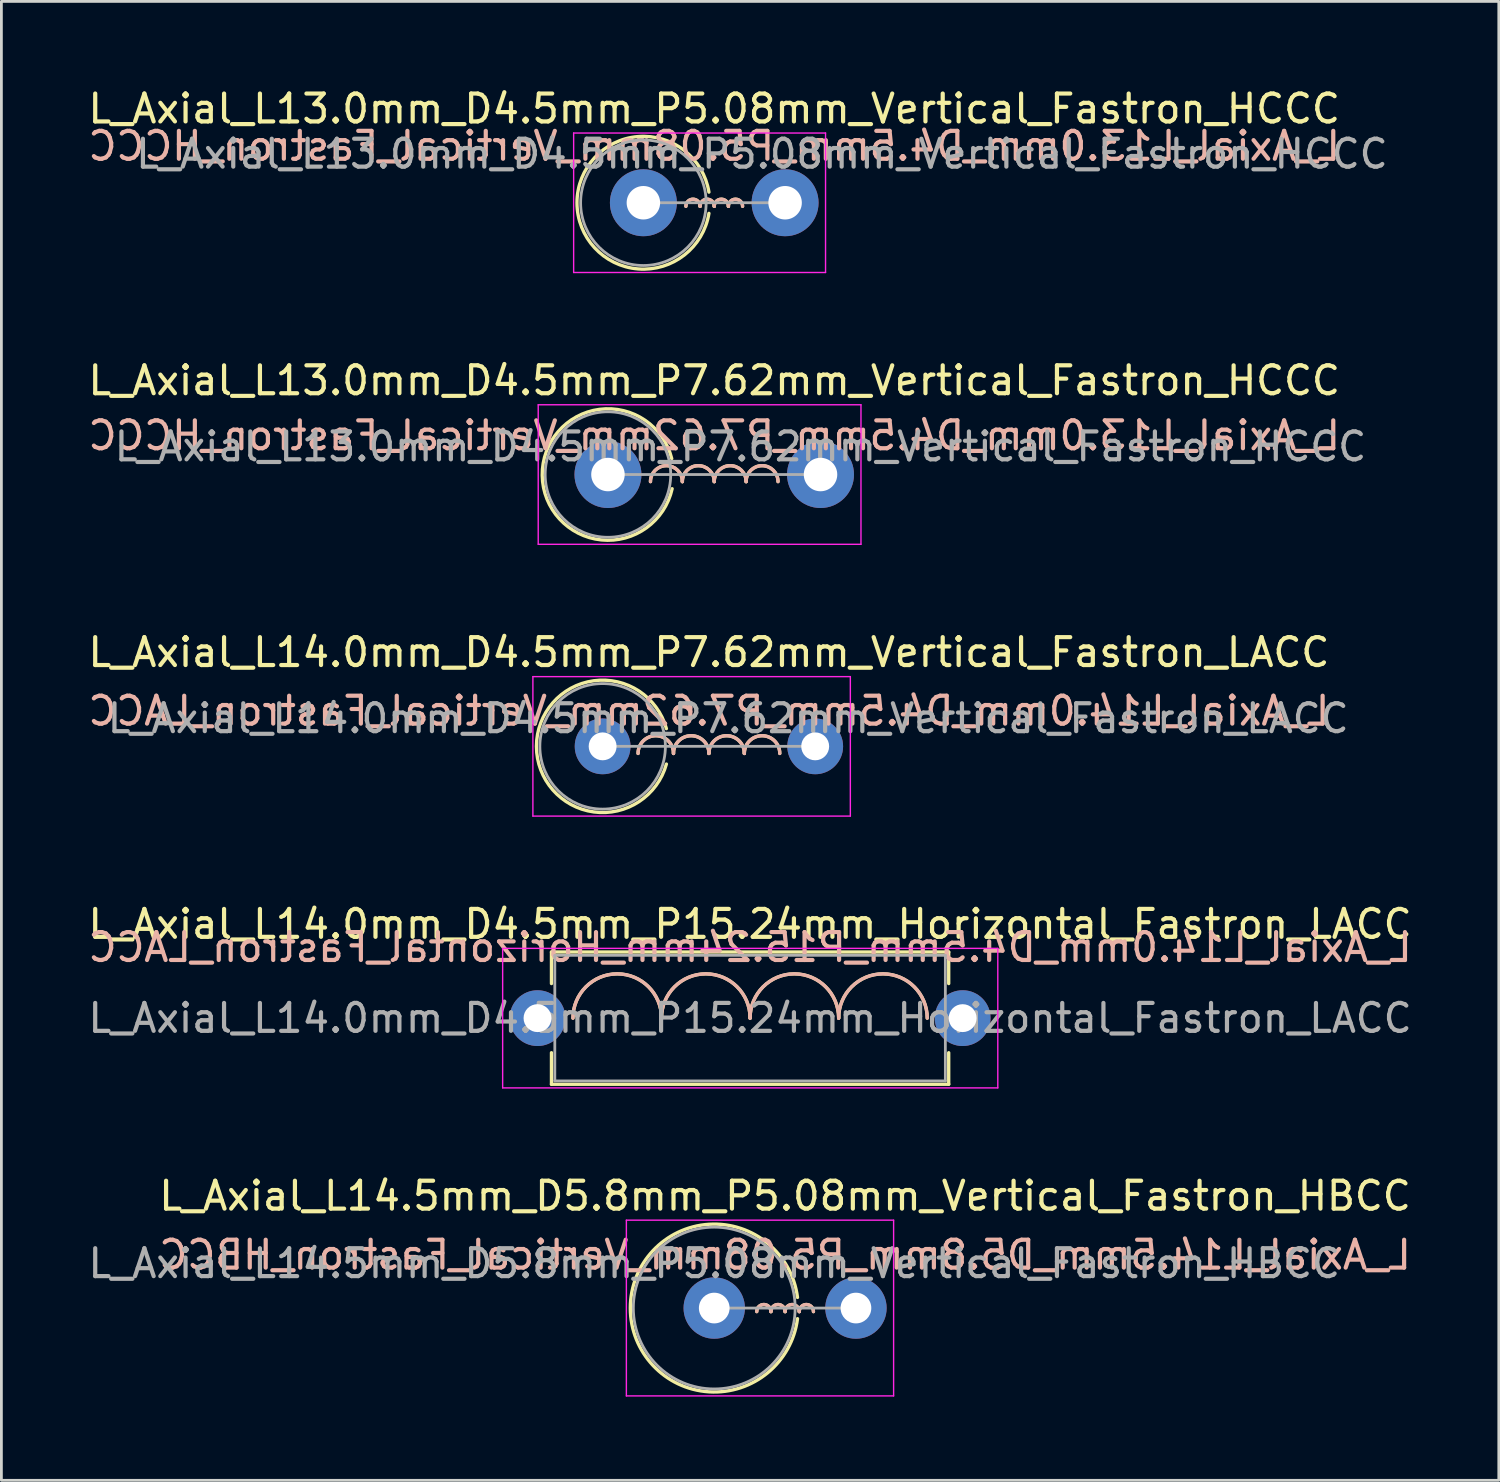
<source format=kicad_pcb>
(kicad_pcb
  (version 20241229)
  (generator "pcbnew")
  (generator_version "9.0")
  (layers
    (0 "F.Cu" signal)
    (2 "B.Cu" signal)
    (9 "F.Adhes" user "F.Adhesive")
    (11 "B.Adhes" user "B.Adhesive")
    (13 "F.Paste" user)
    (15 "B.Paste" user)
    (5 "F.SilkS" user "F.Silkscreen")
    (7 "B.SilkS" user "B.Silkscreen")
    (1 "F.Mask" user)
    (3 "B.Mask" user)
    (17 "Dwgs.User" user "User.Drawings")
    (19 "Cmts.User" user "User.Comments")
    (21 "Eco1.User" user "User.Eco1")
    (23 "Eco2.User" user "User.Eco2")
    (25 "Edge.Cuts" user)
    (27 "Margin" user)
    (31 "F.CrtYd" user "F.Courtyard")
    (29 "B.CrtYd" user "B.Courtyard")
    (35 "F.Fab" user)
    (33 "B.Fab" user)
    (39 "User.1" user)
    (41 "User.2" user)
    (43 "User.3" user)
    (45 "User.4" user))
  (footprint "L_Axial_L13.0mm_D4.5mm_P5.08mm_Vertical_Fastron_HCCC"
    (layer "F.Cu")
    (at 20.014 4.218)
    (property "Reference" "L_Axial_L13.0mm_D4.5mm_P5.08mm_Vertical_Fastron_HCCC" (at 2.54 -3.37 0) (layer "F.SilkS") (effects (font (size 1 1) (thickness 0.15))))
    (fp_arc (start 1.524 0.127) (mid 1.778 -0.127) (end 2.032 0.127) (stroke (width 0.12) (type solid)) (layer "F.SilkS"))
    (fp_arc (start 2.032 0.127) (mid 2.286 -0.127) (end 2.54 0.127) (stroke (width 0.12) (type solid)) (layer "F.SilkS"))
    (fp_arc (start 2.3495 0.381) (mid -2.380191 0) (end 2.3495 -0.381) (stroke (width 0.12) (type solid)) (layer "F.SilkS"))
    (fp_arc (start 2.54 0.127) (mid 2.794 -0.127) (end 3.048 0.127) (stroke (width 0.12) (type solid)) (layer "F.SilkS"))
    (fp_arc (start 3.048 0.127) (mid 3.302 -0.127) (end 3.556 0.127) (stroke (width 0.12) (type solid)) (layer "F.SilkS"))
    (fp_arc (start 1.524 0.127) (mid 1.778 -0.127) (end 2.032 0.127) (stroke (width 0.12) (type solid)) (layer "B.SilkS"))
    (fp_arc (start 2.032 0.127) (mid 2.286 -0.127) (end 2.54 0.127) (stroke (width 0.12) (type solid)) (layer "B.SilkS"))
    (fp_arc (start 2.54 0.127) (mid 2.794 -0.127) (end 3.048 0.127) (stroke (width 0.12) (type solid)) (layer "B.SilkS"))
    (fp_arc (start 3.048 0.127) (mid 3.302 -0.127) (end 3.556 0.127) (stroke (width 0.12) (type solid)) (layer "B.SilkS"))
    (fp_line (start -2.5 -2.5) (end -2.5 2.5) (stroke (width 0.05) (type solid)) (layer "F.CrtYd"))
    (fp_line (start -2.5 2.5) (end 6.53 2.5) (stroke (width 0.05) (type solid)) (layer "F.CrtYd"))
    (fp_line (start 6.53 -2.5) (end -2.5 -2.5) (stroke (width 0.05) (type solid)) (layer "F.CrtYd"))
    (fp_line (start 6.53 2.5) (end 6.53 -2.5) (stroke (width 0.05) (type solid)) (layer "F.CrtYd"))
    (fp_line (start 0 0) (end 5.08 0) (stroke (width 0.1) (type solid)) (layer "F.Fab"))
    (fp_circle (center 0 0) (end 2.25 0) (stroke (width 0.1) (type solid)) (fill no) (layer "F.Fab"))
    (fp_text user "${REFERENCE}" (at 2.54 -2.032 0) (layer "B.SilkS") (effects (font (size 1 1) (thickness 0.15)) (justify mirror)))
    (fp_text user "${REFERENCE}" (at 4.25 -1.75 0) (layer "F.Fab") (effects (font (size 1 1) (thickness 0.15))))
    (pad "1" thru_hole circle (at 0 0) (size 2.4 2.4) (drill 1.2) (layers "*.Cu" "*.Mask"))
    (pad "2" thru_hole oval (at 5.08 0) (size 2.4 2.4) (drill 1.2) (layers "*.Cu" "*.Mask")))
  (footprint "L_Axial_L14.5mm_D5.8mm_P5.08mm_Vertical_Fastron_HBCC"
    (layer "F.Cu")
    (at 22.554 43.841)
    (property "Reference" "L_Axial_L14.5mm_D5.8mm_P5.08mm_Vertical_Fastron_HBCC" (at 2.54 -4.02 0) (layer "F.SilkS") (effects (font (size 1 1) (thickness 0.15))))
    (fp_arc (start 1.524 0.127) (mid 1.778 -0.127) (end 2.032 0.127) (stroke (width 0.12) (type solid)) (layer "F.SilkS"))
    (fp_arc (start 2.032 0.127) (mid 2.286 -0.127) (end 2.54 0.127) (stroke (width 0.12) (type solid)) (layer "F.SilkS"))
    (fp_arc (start 2.54 0.127) (mid 2.794 -0.127) (end 3.048 0.127) (stroke (width 0.12) (type solid)) (layer "F.SilkS"))
    (fp_arc (start 2.9845 0.381) (mid -3.008721 0) (end 2.9845 -0.381) (stroke (width 0.12) (type solid)) (layer "F.SilkS"))
    (fp_arc (start 3.048 0.127) (mid 3.302 -0.127) (end 3.556 0.127) (stroke (width 0.12) (type solid)) (layer "F.SilkS"))
    (fp_arc (start 1.524 0.127) (mid 1.778 -0.127) (end 2.032 0.127) (stroke (width 0.12) (type solid)) (layer "B.SilkS"))
    (fp_arc (start 2.032 0.127) (mid 2.286 -0.127) (end 2.54 0.127) (stroke (width 0.12) (type solid)) (layer "B.SilkS"))
    (fp_arc (start 2.54 0.127) (mid 2.794 -0.127) (end 3.048 0.127) (stroke (width 0.12) (type solid)) (layer "B.SilkS"))
    (fp_arc (start 3.048 0.127) (mid 3.302 -0.127) (end 3.556 0.127) (stroke (width 0.12) (type solid)) (layer "B.SilkS"))
    (fp_line (start -3.15 -3.15) (end -3.15 3.15) (stroke (width 0.05) (type solid)) (layer "F.CrtYd"))
    (fp_line (start -3.15 3.15) (end 6.43 3.15) (stroke (width 0.05) (type solid)) (layer "F.CrtYd"))
    (fp_line (start 6.43 -3.15) (end -3.15 -3.15) (stroke (width 0.05) (type solid)) (layer "F.CrtYd"))
    (fp_line (start 6.43 3.15) (end 6.43 -3.15) (stroke (width 0.05) (type solid)) (layer "F.CrtYd"))
    (fp_line (start 0 0) (end 5.08 0) (stroke (width 0.1) (type solid)) (layer "F.Fab"))
    (fp_circle (center 0 0) (end 2.9 0) (stroke (width 0.1) (type solid)) (fill no) (layer "F.Fab"))
    (fp_text user "${REFERENCE}" (at 2.54 -1.905 0) (layer "B.SilkS") (effects (font (size 1 1) (thickness 0.15)) (justify mirror)))
    (fp_text user "${REFERENCE}" (at 0 -1.6 0) (layer "F.Fab") (effects (font (size 1 1) (thickness 0.15))))
    (pad "1" thru_hole circle (at 0 0) (size 2.2 2.2) (drill 1.1) (layers "*.Cu" "*.Mask"))
    (pad "2" thru_hole oval (at 5.08 0) (size 2.2 2.2) (drill 1.1) (layers "*.Cu" "*.Mask")))
  (footprint "L_Axial_L14.0mm_D4.5mm_P7.62mm_Vertical_Fastron_LACC"
    (layer "F.Cu")
    (at 18.553 23.705)
    (property "Reference" "L_Axial_L14.0mm_D4.5mm_P7.62mm_Vertical_Fastron_LACC" (at 3.81 -3.37 0) (layer "F.SilkS") (effects (font (size 1 1) (thickness 0.15))))
    (fp_arc (start 1.27 0.254) (mid 1.905 -0.381) (end 2.54 0.254) (stroke (width 0.12) (type solid)) (layer "F.SilkS"))
    (fp_arc (start 2.286 0.635) (mid -2.372556 0) (end 2.286 -0.635) (stroke (width 0.12) (type solid)) (layer "F.SilkS"))
    (fp_arc (start 2.54 0.254) (mid 3.175 -0.381) (end 3.81 0.254) (stroke (width 0.12) (type solid)) (layer "F.SilkS"))
    (fp_arc (start 3.81 0.254) (mid 4.445 -0.381) (end 5.08 0.254) (stroke (width 0.12) (type solid)) (layer "F.SilkS"))
    (fp_arc (start 5.08 0.254) (mid 5.715 -0.381) (end 6.35 0.254) (stroke (width 0.12) (type solid)) (layer "F.SilkS"))
    (fp_arc (start 1.27 0.254) (mid 1.905 -0.381) (end 2.54 0.254) (stroke (width 0.12) (type solid)) (layer "B.SilkS"))
    (fp_arc (start 2.54 0.254) (mid 3.175 -0.381) (end 3.81 0.254) (stroke (width 0.12) (type solid)) (layer "B.SilkS"))
    (fp_arc (start 3.81 0.254) (mid 4.445 -0.381) (end 5.08 0.254) (stroke (width 0.12) (type solid)) (layer "B.SilkS"))
    (fp_arc (start 5.08 0.254) (mid 5.715 -0.381) (end 6.35 0.254) (stroke (width 0.12) (type solid)) (layer "B.SilkS"))
    (fp_line (start -2.5 -2.5) (end -2.5 2.5) (stroke (width 0.05) (type solid)) (layer "F.CrtYd"))
    (fp_line (start -2.5 2.5) (end 8.88 2.5) (stroke (width 0.05) (type solid)) (layer "F.CrtYd"))
    (fp_line (start 8.88 -2.5) (end -2.5 -2.5) (stroke (width 0.05) (type solid)) (layer "F.CrtYd"))
    (fp_line (start 8.88 2.5) (end 8.88 -2.5) (stroke (width 0.05) (type solid)) (layer "F.CrtYd"))
    (fp_line (start 0 0) (end 7.62 0) (stroke (width 0.1) (type solid)) (layer "F.Fab"))
    (fp_circle (center 0 0) (end 2.25 0) (stroke (width 0.1) (type solid)) (fill no) (layer "F.Fab"))
    (fp_text user "${REFERENCE}" (at 3.81 -1.27 0) (layer "B.SilkS") (effects (font (size 1 1) (thickness 0.15)) (justify mirror)))
    (fp_text user "${REFERENCE}" (at 4.5 -1 0) (layer "F.Fab") (effects (font (size 1 1) (thickness 0.15))))
    (pad "1" thru_hole circle (at 0 0) (size 2 2) (drill 1) (layers "*.Cu" "*.Mask"))
    (pad "2" thru_hole oval (at 7.62 0) (size 2 2) (drill 1) (layers "*.Cu" "*.Mask")))
  (footprint "L_Axial_L14.0mm_D4.5mm_P15.24mm_Horizontal_Fastron_LACC"
    (layer "F.Cu")
    (at 16.219 33.448)
    (property "Reference" "L_Axial_L14.0mm_D4.5mm_P15.24mm_Horizontal_Fastron_LACC" (at 7.62 -3.37 0) (layer "F.SilkS") (effects (font (size 1 1) (thickness 0.15))))
    (fp_line (start 0.5 -2.37) (end 14.74 -2.37) (stroke (width 0.12) (type solid)) (layer "F.SilkS"))
    (fp_line (start 0.5 -1.24) (end 0.5 -2.37) (stroke (width 0.12) (type solid)) (layer "F.SilkS"))
    (fp_line (start 0.5 1.24) (end 0.5 2.37) (stroke (width 0.12) (type solid)) (layer "F.SilkS"))
    (fp_line (start 0.5 2.37) (end 14.74 2.37) (stroke (width 0.12) (type solid)) (layer "F.SilkS"))
    (fp_line (start 14.74 -2.37) (end 14.74 -1.24) (stroke (width 0.12) (type solid)) (layer "F.SilkS"))
    (fp_line (start 14.74 2.37) (end 14.74 1.24) (stroke (width 0.12) (type solid)) (layer "F.SilkS"))
    (fp_arc (start 1.27 0) (mid 2.8575 -1.5875) (end 4.445 0) (stroke (width 0.12) (type solid)) (layer "F.SilkS"))
    (fp_arc (start 4.445 0) (mid 6.0325 -1.5875) (end 7.62 0) (stroke (width 0.12) (type solid)) (layer "F.SilkS"))
    (fp_arc (start 7.62 0) (mid 9.2075 -1.5875) (end 10.795 0) (stroke (width 0.12) (type solid)) (layer "F.SilkS"))
    (fp_arc (start 10.795 0) (mid 12.3825 -1.5875) (end 13.97 0) (stroke (width 0.12) (type solid)) (layer "F.SilkS"))
    (fp_arc (start 1.27 0) (mid 2.8575 -1.5875) (end 4.445 0) (stroke (width 0.12) (type solid)) (layer "B.SilkS"))
    (fp_arc (start 4.445 0) (mid 6.0325 -1.5875) (end 7.62 0) (stroke (width 0.12) (type solid)) (layer "B.SilkS"))
    (fp_arc (start 7.62 0) (mid 9.2075 -1.5875) (end 10.795 0) (stroke (width 0.12) (type solid)) (layer "B.SilkS"))
    (fp_arc (start 10.795 0) (mid 12.3825 -1.5875) (end 13.97 0) (stroke (width 0.12) (type solid)) (layer "B.SilkS"))
    (fp_line (start -1.25 -2.5) (end -1.25 2.5) (stroke (width 0.05) (type solid)) (layer "F.CrtYd"))
    (fp_line (start -1.25 2.5) (end 16.5 2.5) (stroke (width 0.05) (type solid)) (layer "F.CrtYd"))
    (fp_line (start 16.5 -2.5) (end -1.25 -2.5) (stroke (width 0.05) (type solid)) (layer "F.CrtYd"))
    (fp_line (start 16.5 2.5) (end 16.5 -2.5) (stroke (width 0.05) (type solid)) (layer "F.CrtYd"))
    (fp_line (start 0 0) (end 0.62 0) (stroke (width 0.1) (type solid)) (layer "F.Fab"))
    (fp_line (start 0.62 -2.25) (end 0.62 2.25) (stroke (width 0.1) (type solid)) (layer "F.Fab"))
    (fp_line (start 0.62 2.25) (end 14.62 2.25) (stroke (width 0.1) (type solid)) (layer "F.Fab"))
    (fp_line (start 14.62 -2.25) (end 0.62 -2.25) (stroke (width 0.1) (type solid)) (layer "F.Fab"))
    (fp_line (start 14.62 2.25) (end 14.62 -2.25) (stroke (width 0.1) (type solid)) (layer "F.Fab"))
    (fp_line (start 15.24 0) (end 14.62 0) (stroke (width 0.1) (type solid)) (layer "F.Fab"))
    (fp_text user "${REFERENCE}" (at 7.62 -2.54 0) (layer "B.SilkS") (effects (font (size 1 1) (thickness 0.15)) (justify mirror)))
    (fp_text user "${REFERENCE}" (at 7.62 0 0) (layer "F.Fab") (effects (font (size 1 1) (thickness 0.15))))
    (pad "1" thru_hole circle (at 0 0) (size 2 2) (drill 1) (layers "*.Cu" "*.Mask"))
    (pad "2" thru_hole oval (at 15.24 0) (size 2 2) (drill 1) (layers "*.Cu" "*.Mask")))
  (footprint "L_Axial_L13.0mm_D4.5mm_P7.62mm_Vertical_Fastron_HCCC"
    (layer "F.Cu")
    (at 18.744 13.961)
    (property "Reference" "L_Axial_L13.0mm_D4.5mm_P7.62mm_Vertical_Fastron_HCCC" (at 3.81 -3.37 0) (layer "F.SilkS") (effects (font (size 1 1) (thickness 0.15))))
    (fp_arc (start 1.524 0.254) (mid 2.0955 -0.3175) (end 2.667 0.254) (stroke (width 0.12) (type solid)) (layer "F.SilkS"))
    (fp_arc (start 2.300848 0.508434) (mid -2.356132 0.032393) (end 2.286 -0.5715) (stroke (width 0.12) (type solid)) (layer "F.SilkS"))
    (fp_arc (start 2.667 0.254) (mid 3.2385 -0.3175) (end 3.81 0.254) (stroke (width 0.12) (type solid)) (layer "F.SilkS"))
    (fp_arc (start 3.81 0.254) (mid 4.3815 -0.3175) (end 4.953 0.254) (stroke (width 0.12) (type solid)) (layer "F.SilkS"))
    (fp_arc (start 4.953 0.254) (mid 5.5245 -0.3175) (end 6.096 0.254) (stroke (width 0.12) (type solid)) (layer "F.SilkS"))
    (fp_arc (start 1.524 0.254) (mid 2.0955 -0.3175) (end 2.667 0.254) (stroke (width 0.12) (type solid)) (layer "B.SilkS"))
    (fp_arc (start 2.667 0.254) (mid 3.2385 -0.3175) (end 3.81 0.254) (stroke (width 0.12) (type solid)) (layer "B.SilkS"))
    (fp_arc (start 3.81 0.254) (mid 4.3815 -0.3175) (end 4.953 0.254) (stroke (width 0.12) (type solid)) (layer "B.SilkS"))
    (fp_arc (start 4.953 0.254) (mid 5.5245 -0.3175) (end 6.096 0.254) (stroke (width 0.12) (type solid)) (layer "B.SilkS"))
    (fp_line (start -2.5 -2.5) (end -2.5 2.5) (stroke (width 0.05) (type solid)) (layer "F.CrtYd"))
    (fp_line (start -2.5 2.5) (end 9.07 2.5) (stroke (width 0.05) (type solid)) (layer "F.CrtYd"))
    (fp_line (start 9.07 -2.5) (end -2.5 -2.5) (stroke (width 0.05) (type solid)) (layer "F.CrtYd"))
    (fp_line (start 9.07 2.5) (end 9.07 -2.5) (stroke (width 0.05) (type solid)) (layer "F.CrtYd"))
    (fp_line (start 0 0) (end 7.62 0) (stroke (width 0.1) (type solid)) (layer "F.Fab"))
    (fp_circle (center 0 0) (end 2.25 0) (stroke (width 0.1) (type solid)) (fill no) (layer "F.Fab"))
    (fp_text user "${REFERENCE}" (at 3.81 -1.397 0) (layer "B.SilkS") (effects (font (size 1 1) (thickness 0.15)) (justify mirror)))
    (fp_text user "${REFERENCE}" (at 4.75 -1 0) (layer "F.Fab") (effects (font (size 1 1) (thickness 0.15))))
    (pad "1" thru_hole circle (at 0 0) (size 2.4 2.4) (drill 1.2) (layers "*.Cu" "*.Mask"))
    (pad "2" thru_hole oval (at 7.62 0) (size 2.4 2.4) (drill 1.2) (layers "*.Cu" "*.Mask")))
  (gr_rect
    (start -3 -3)
    (end 50.679 50.016)
    (stroke (width 0.1) (type default))
    (fill no)
    (layer "Edge.Cuts")))
</source>
